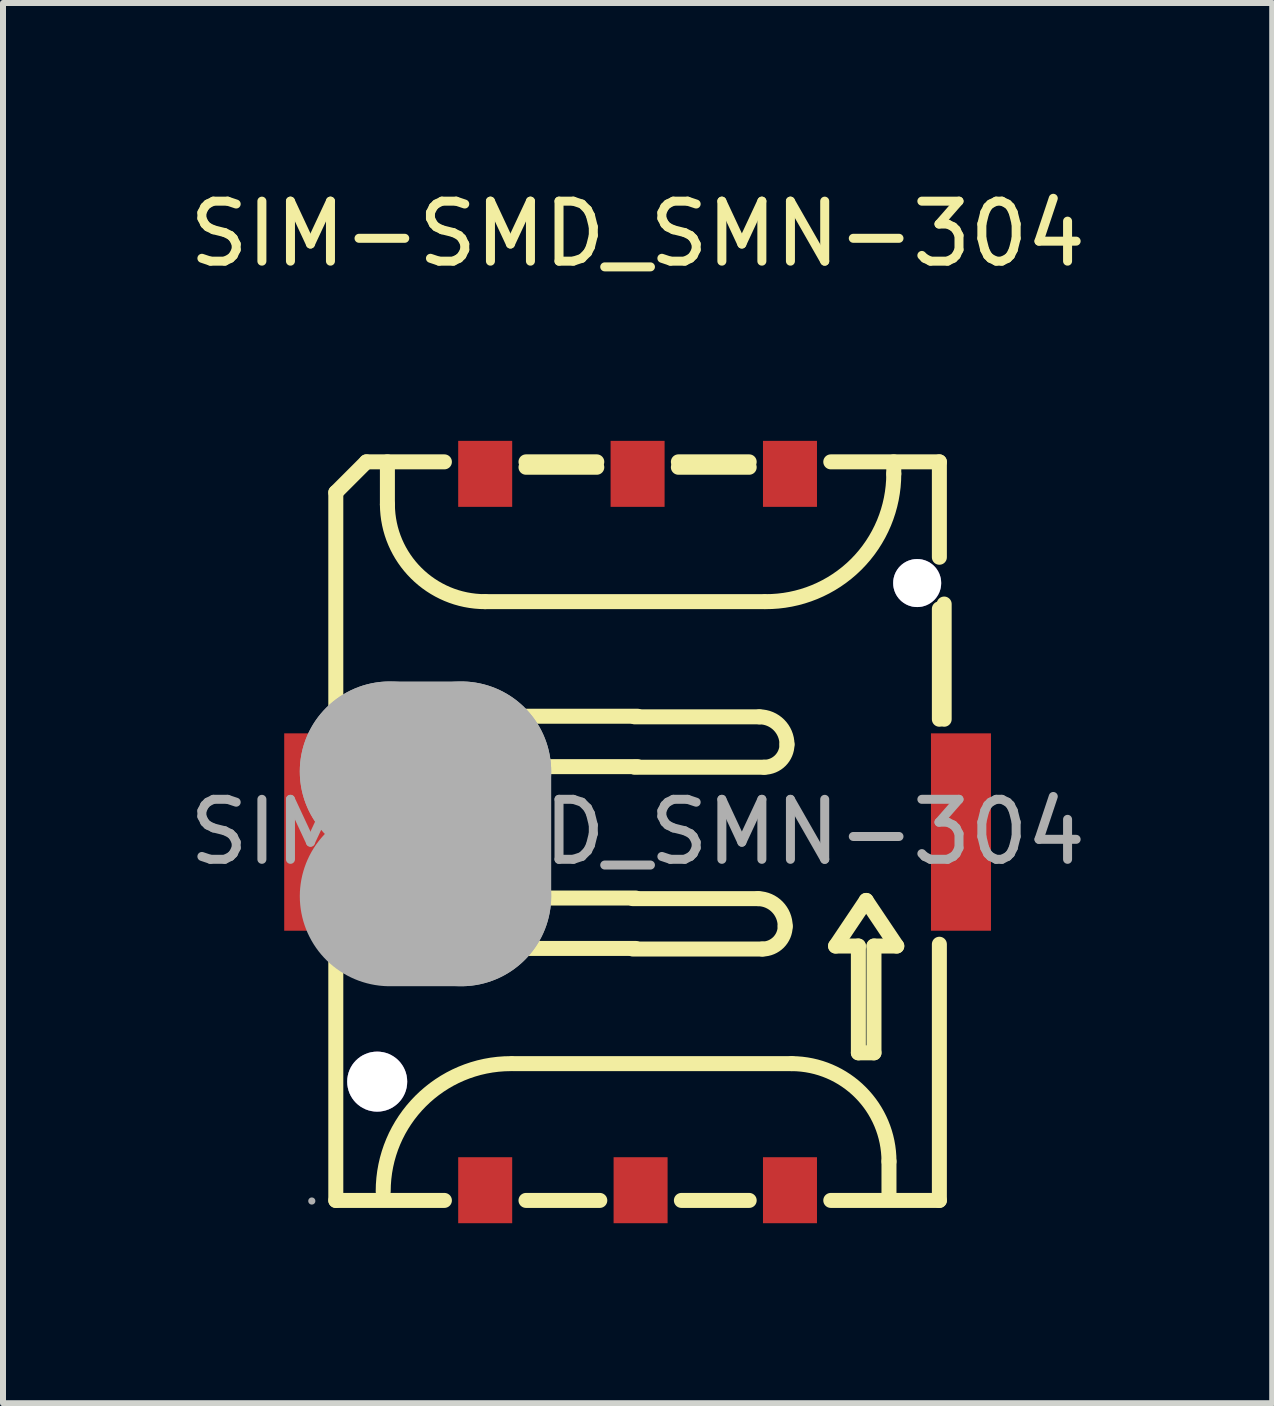
<source format=kicad_pcb>
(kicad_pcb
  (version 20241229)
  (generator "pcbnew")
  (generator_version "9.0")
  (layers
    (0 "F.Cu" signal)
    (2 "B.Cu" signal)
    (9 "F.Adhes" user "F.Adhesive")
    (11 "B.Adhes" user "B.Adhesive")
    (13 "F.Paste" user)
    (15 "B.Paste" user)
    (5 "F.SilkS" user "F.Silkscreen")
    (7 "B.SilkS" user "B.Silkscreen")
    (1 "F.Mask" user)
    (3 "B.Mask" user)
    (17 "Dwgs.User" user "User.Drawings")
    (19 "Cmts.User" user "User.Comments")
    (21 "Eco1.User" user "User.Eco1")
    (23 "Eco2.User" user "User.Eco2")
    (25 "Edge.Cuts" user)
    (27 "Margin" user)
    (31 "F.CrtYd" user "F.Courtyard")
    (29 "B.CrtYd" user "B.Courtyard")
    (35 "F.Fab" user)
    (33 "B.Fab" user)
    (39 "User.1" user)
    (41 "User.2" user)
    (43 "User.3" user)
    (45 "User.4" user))
  (footprint "SIM-SMD_SMN-304"
    (layer "F.Cu")
    (at 7.577 10.818)
    (property "Reference" "SIM-SMD_SMN-304" (at 0 -9.97 0) (layer "F.SilkS") (effects (font (size 1 1) (thickness 0.15))))
    (attr smd)
    (fp_line (start -5.03 -5.66) (end -5.03 -1.88) (stroke (width 0.25) (type solid)) (layer "F.SilkS"))
    (fp_line (start -5.03 6.14) (end -5.03 1.87) (stroke (width 0.25) (type solid)) (layer "F.SilkS"))
    (fp_line (start -4.52 -6.17) (end -5.03 -5.66) (stroke (width 0.25) (type solid)) (layer "F.SilkS"))
    (fp_line (start -4.17 -5.46) (end -4.17 -6.17) (stroke (width 0.25) (type solid)) (layer "F.SilkS"))
    (fp_line (start -3.22 -6.17) (end -4.52 -6.17) (stroke (width 0.25) (type solid)) (layer "F.SilkS"))
    (fp_line (start -3.22 6.14) (end -5.03 6.14) (stroke (width 0.25) (type solid)) (layer "F.SilkS"))
    (fp_line (start -2.54 -3.84) (end 2.11 -3.84) (stroke (width 0.25) (type solid)) (layer "F.SilkS"))
    (fp_line (start -2.11 1.94) (end -0.03 1.94) (stroke (width 0.25) (type solid)) (layer "F.SilkS"))
    (fp_line (start -2.08 -1.09) (end 0 -1.09) (stroke (width 0.25) (type solid)) (layer "F.SilkS"))
    (fp_line (start -0.68 -6.17) (end -1.86 -6.17) (stroke (width 0.25) (type solid)) (layer "F.SilkS"))
    (fp_line (start -0.68 -6.08) (end -1.86 -6.08) (stroke (width 0.25) (type solid)) (layer "F.SilkS"))
    (fp_line (start -0.63 6.14) (end -1.86 6.14) (stroke (width 0.25) (type solid)) (layer "F.SilkS"))
    (fp_line (start -0.08 1.95) (end 2.08 1.95) (stroke (width 0.25) (type solid)) (layer "F.SilkS"))
    (fp_line (start -0.05 -1.08) (end 2.11 -1.08) (stroke (width 0.25) (type solid)) (layer "F.SilkS"))
    (fp_line (start -0.03 1.1) (end -2.18 1.1) (stroke (width 0.25) (type solid)) (layer "F.SilkS"))
    (fp_line (start 0 -1.93) (end -2.16 -1.93) (stroke (width 0.25) (type solid)) (layer "F.SilkS"))
    (fp_line (start 1.86 -6.17) (end 0.68 -6.17) (stroke (width 0.25) (type solid)) (layer "F.SilkS"))
    (fp_line (start 1.86 -6.08) (end 0.68 -6.08) (stroke (width 0.25) (type solid)) (layer "F.SilkS"))
    (fp_line (start 1.86 6.14) (end 0.73 6.14) (stroke (width 0.25) (type solid)) (layer "F.SilkS"))
    (fp_line (start 2.01 1.11) (end -0.08 1.11) (stroke (width 0.25) (type solid)) (layer "F.SilkS"))
    (fp_line (start 2.03 -1.92) (end -0.05 -1.92) (stroke (width 0.25) (type solid)) (layer "F.SilkS"))
    (fp_line (start 2.57 3.86) (end -2.08 3.86) (stroke (width 0.25) (type solid)) (layer "F.SilkS"))
    (fp_line (start 3.3 1.9) (end 3.68 1.9) (stroke (width 0.25) (type solid)) (layer "F.SilkS"))
    (fp_line (start 3.68 1.9) (end 3.68 3.68) (stroke (width 0.25) (type solid)) (layer "F.SilkS"))
    (fp_line (start 3.68 3.68) (end 3.94 3.68) (stroke (width 0.25) (type solid)) (layer "F.SilkS"))
    (fp_line (start 3.81 1.14) (end 3.3 1.9) (stroke (width 0.25) (type solid)) (layer "F.SilkS"))
    (fp_line (start 3.94 1.9) (end 4.32 1.9) (stroke (width 0.25) (type solid)) (layer "F.SilkS"))
    (fp_line (start 3.94 3.68) (end 3.94 1.9) (stroke (width 0.25) (type solid)) (layer "F.SilkS"))
    (fp_line (start 4.19 6.1) (end 4.19 5.49) (stroke (width 0.25) (type solid)) (layer "F.SilkS"))
    (fp_line (start 4.27 -5.97) (end 4.27 -6.17) (stroke (width 0.25) (type solid)) (layer "F.SilkS"))
    (fp_line (start 4.32 1.9) (end 3.81 1.14) (stroke (width 0.25) (type solid)) (layer "F.SilkS"))
    (fp_line (start 5.03 -6.17) (end 3.22 -6.17) (stroke (width 0.25) (type solid)) (layer "F.SilkS"))
    (fp_line (start 5.03 -6.17) (end 5.03 -4.58) (stroke (width 0.25) (type solid)) (layer "F.SilkS"))
    (fp_line (start 5.03 -3.72) (end 5.03 -1.88) (stroke (width 0.25) (type solid)) (layer "F.SilkS"))
    (fp_line (start 5.03 1.87) (end 5.03 6.14) (stroke (width 0.25) (type solid)) (layer "F.SilkS"))
    (fp_line (start 5.03 6.14) (end 3.22 6.14) (stroke (width 0.25) (type solid)) (layer "F.SilkS"))
    (fp_line (start 5.11 -1.88) (end 5.11 -3.8) (stroke (width 0.25) (type solid)) (layer "F.SilkS"))
    (fp_arc (start -4.24 5.99) (mid -3.616137 4.483863) (end -2.11 3.86) (stroke (width 0.25) (type solid)) (layer "F.SilkS"))
    (fp_arc (start -2.57 1.48) (mid -2.455089 1.207736) (end -2.179854 1.100135) (stroke (width 0.25) (type solid)) (layer "F.SilkS"))
    (fp_arc (start -2.54 -3.84) (mid -3.689058 -4.313901) (end -4.16997 -5.460043) (stroke (width 0.25) (type solid)) (layer "F.SilkS"))
    (fp_arc (start -2.54 -1.55) (mid -2.428701 -1.818701) (end -2.16 -1.93) (stroke (width 0.25) (type solid)) (layer "F.SilkS"))
    (fp_arc (start -2.11 1.94) (mid -2.435269 1.805269) (end -2.57 1.48) (stroke (width 0.25) (type solid)) (layer "F.SilkS"))
    (fp_arc (start -2.08 -1.09) (mid -2.405269 -1.224731) (end -2.54 -1.55) (stroke (width 0.25) (type solid)) (layer "F.SilkS"))
    (fp_arc (start 2.01 1.11) (mid 2.328906 1.248253) (end 2.460109 1.570123) (stroke (width 0.25) (type solid)) (layer "F.SilkS"))
    (fp_arc (start 2.03 -1.92) (mid 2.355269 -1.785269) (end 2.49 -1.46) (stroke (width 0.25) (type solid)) (layer "F.SilkS"))
    (fp_arc (start 2.46 1.57) (mid 2.348701 1.838701) (end 2.08 1.95) (stroke (width 0.25) (type solid)) (layer "F.SilkS"))
    (fp_arc (start 2.49 -1.46) (mid 2.378701 -1.191299) (end 2.11 -1.08) (stroke (width 0.25) (type solid)) (layer "F.SilkS"))
    (fp_arc (start 2.57 3.86) (mid 3.716151 4.34095) (end 4.190031 5.490043) (stroke (width 0.25) (type solid)) (layer "F.SilkS"))
    (fp_arc (start 4.270023 -5.970037) (mid 3.642627 -4.460328) (end 2.13 -3.84) (stroke (width 0.25) (type solid)) (layer "F.SilkS"))
    (fp_circle (center -4.34 4.16) (end -4.14 4.16) (stroke (width 0.4) (type solid)) (fill no) (layer "Cmts.User"))
    (fp_circle (center 4.66 -4.15) (end 4.78 -4.15) (stroke (width 0.25) (type solid)) (fill no) (layer "Cmts.User"))
    (fp_line (start -4.13 -1.01) (end -4.13 -1.01) (stroke (width 3) (type solid)) (layer "F.Fab"))
    (fp_line (start -4.13 -1.01) (end -2.94 -1.01) (stroke (width 3) (type solid)) (layer "F.Fab"))
    (fp_line (start -2.94 -1.01) (end -2.94 1.07) (stroke (width 3) (type solid)) (layer "F.Fab"))
    (fp_line (start -2.94 1.07) (end -4.13 1.07) (stroke (width 3) (type solid)) (layer "F.Fab"))
    (fp_circle (center -5.43 6.15) (end -5.4 6.15) (stroke (width 0.06) (type solid)) (fill no) (layer "F.Fab"))
    (fp_text user "${REFERENCE}" (at 0 0 0) (layer "F.Fab") (effects (font (size 1 1) (thickness 0.15))))
    (pad "" thru_hole circle (at -4.34 4.16) (size 1 1) (drill 1) (layers "*.Cu" "*.Mask"))
    (pad "" thru_hole circle (at 4.66 -4.15) (size 0.8 0.8) (drill 0.8) (layers "*.Cu" "*.Mask"))
    (pad "1" smd rect (at -5.39 0) (size 1 3.29) (layers "F.Cu" "F.Mask" "F.Paste"))
    (pad "2" smd rect (at 5.39 0) (size 1 3.29) (layers "F.Cu" "F.Mask" "F.Paste"))
    (pad "C1" smd rect (at 2.54 5.97) (size 0.9 1.1) (layers "F.Cu" "F.Mask" "F.Paste"))
    (pad "C2" smd rect (at 0.05 5.97) (size 0.9 1.1) (layers "F.Cu" "F.Mask" "F.Paste"))
    (pad "C3" smd rect (at -2.54 5.97) (size 0.9 1.1) (layers "F.Cu" "F.Mask" "F.Paste"))
    (pad "C5" smd rect (at 2.54 -5.97) (size 0.9 1.1) (layers "F.Cu" "F.Mask" "F.Paste"))
    (pad "C6" smd rect (at 0 -5.97) (size 0.9 1.1) (layers "F.Cu" "F.Mask" "F.Paste"))
    (pad "C7" smd rect (at -2.54 -5.97) (size 0.9 1.1) (layers "F.Cu" "F.Mask" "F.Paste")))
  (gr_rect
    (start -3 -3)
    (end 18.155 20.338)
    (stroke (width 0.1) (type default))
    (fill no)
    (layer "Edge.Cuts")))
</source>
